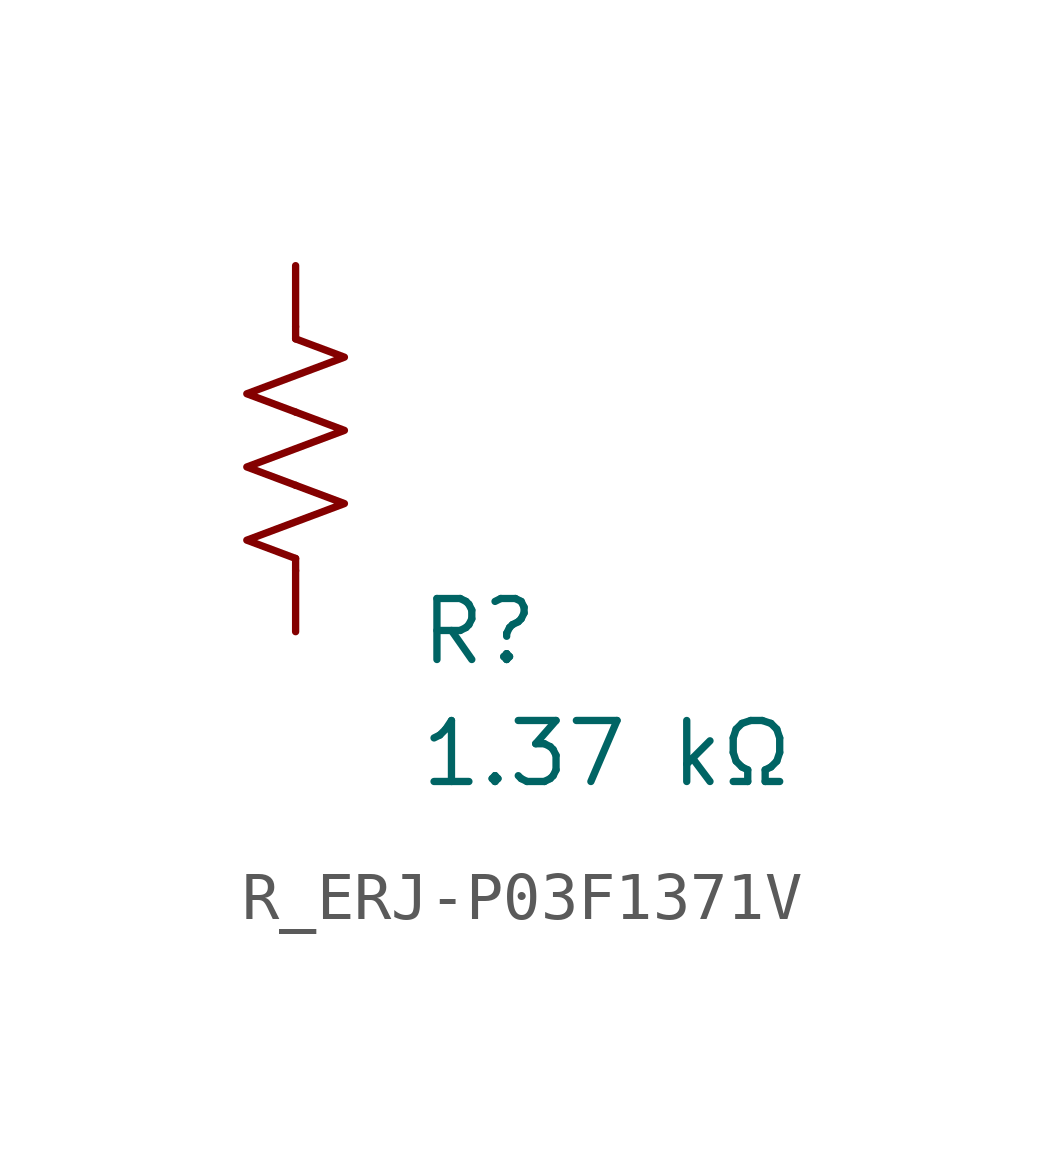
<source format=kicad_sym>
(kicad_symbol_lib
  (version 20231120)
  (generator "kicad_symbol_editor")
  (generator_version "8.0")
  (symbol "R_ERJ-P03F1371V"
    (pin_numbers hide)
    (pin_names
      (offset 0))
    (property "Reference" "R"
      (at 2.54 -3.81 0)
      (effects (font (size 1.27 1.27)) (justify left))
      (show_name no))
    (property "Value" "1.37 kΩ"
      (at 2.54 -6.35 0)
      (effects (font (size 1.27 1.27)) (justify left))
      (show_name no))
    (symbol "R_ERJ-P03F1371V_0_1"
      (polyline (pts (xy 0 -2.286) (xy 0 -2.54)) (stroke (width 0) (type default)) (fill (type none)))
      (polyline (pts (xy 0 2.286) (xy 0 2.54)) (stroke (width 0) (type default)) (fill (type none)))
      (polyline (pts (xy 0 -0.762) (xy 1.016 -1.143) (xy 0 -1.524) (xy -1.016 -1.905) (xy 0 -2.286)) (stroke (width 0) (type default)) (fill (type none)))
      (polyline (pts (xy 0 0.762) (xy 1.016 0.381) (xy 0 0) (xy -1.016 -0.381) (xy 0 -0.762)) (stroke (width 0) (type default)) (fill (type none)))
      (polyline (pts (xy 0 2.286) (xy 1.016 1.905) (xy 0 1.524) (xy -1.016 1.143) (xy 0 0.762)) (stroke (width 0) (type default)) (fill (type none))))
    (symbol "R_ERJ-P03F1371V_1_1"
      (pin passive line (at 0 3.81 270) (length 1.27) (name "~" (effects (font (size 1.27 1.27)))) (number "1" (effects (font (size 1.27 1.27)))))
      (pin passive line (at 0 -3.81 90) (length 1.27) (name "~" (effects (font (size 1.27 1.27)))) (number "2" (effects (font (size 1.27 1.27))))))))
</source>
